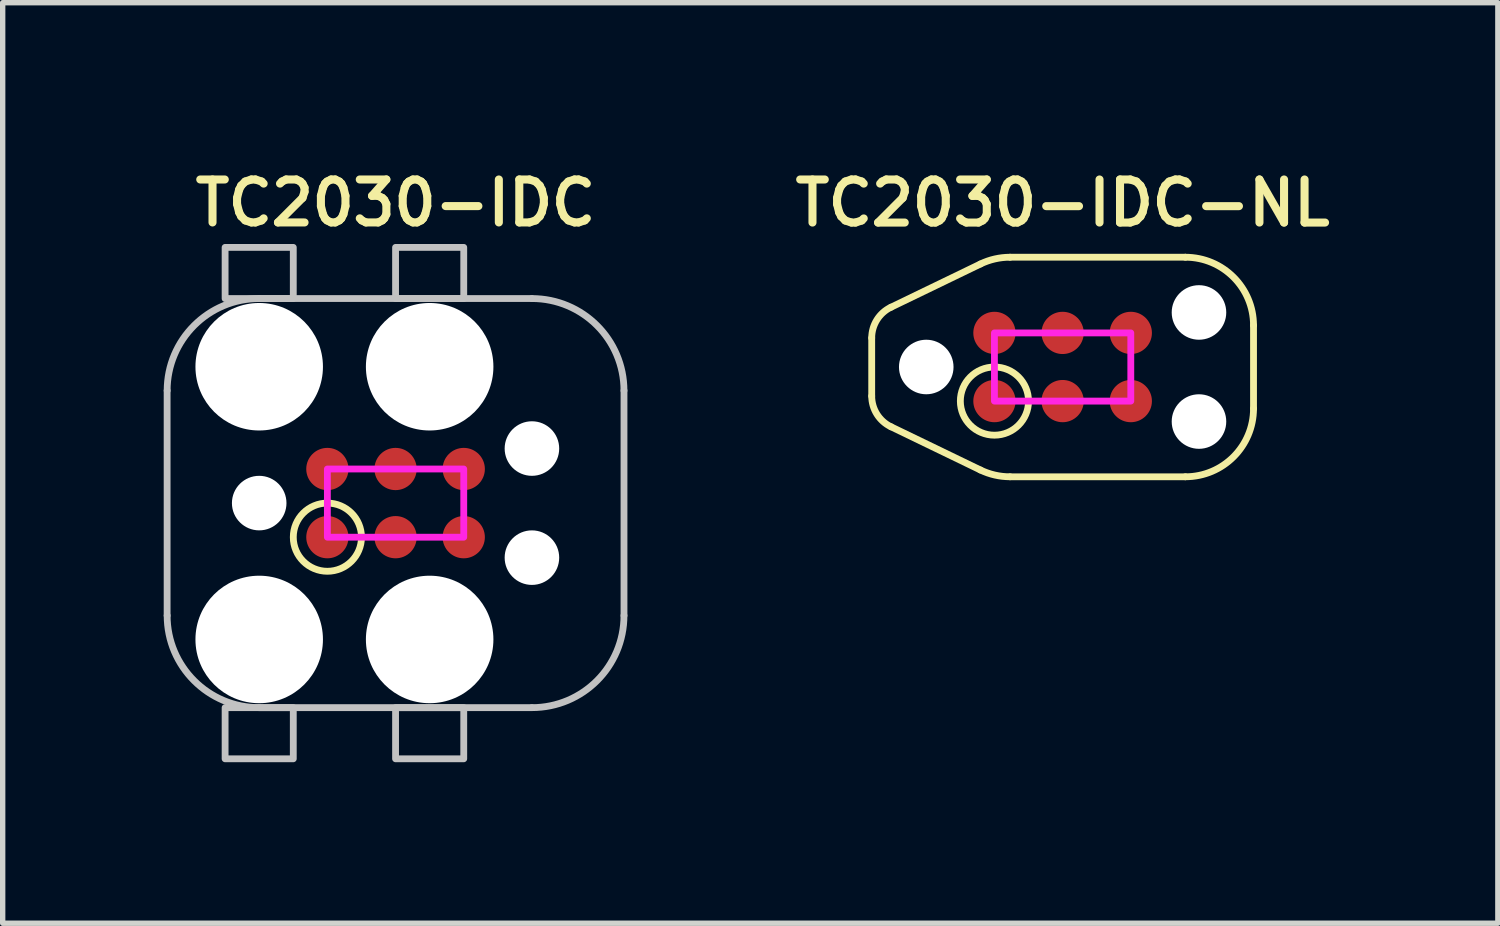
<source format=kicad_pcb>
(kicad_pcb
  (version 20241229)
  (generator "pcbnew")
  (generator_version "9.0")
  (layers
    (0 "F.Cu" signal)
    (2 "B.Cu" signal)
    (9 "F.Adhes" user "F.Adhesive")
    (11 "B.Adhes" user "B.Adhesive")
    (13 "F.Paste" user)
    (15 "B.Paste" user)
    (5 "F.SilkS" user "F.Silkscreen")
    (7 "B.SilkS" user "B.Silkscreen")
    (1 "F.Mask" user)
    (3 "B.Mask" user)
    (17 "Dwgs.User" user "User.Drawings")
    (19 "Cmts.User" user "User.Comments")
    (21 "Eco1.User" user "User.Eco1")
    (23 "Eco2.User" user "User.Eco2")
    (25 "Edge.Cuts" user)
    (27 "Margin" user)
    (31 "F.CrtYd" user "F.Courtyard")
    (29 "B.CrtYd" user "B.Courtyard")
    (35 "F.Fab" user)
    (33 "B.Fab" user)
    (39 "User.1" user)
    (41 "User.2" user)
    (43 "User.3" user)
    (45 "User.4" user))
  (footprint "TC2030-IDC"
    (layer "F.Cu")
    (at 4.318 6.321)
    (property "Reference" "TC2030-IDC" (at 0 -5.59 0) (layer "F.SilkS") (effects (font (size 0.8 0.8) (thickness 0.15))))
    (attr through_hole)
    (fp_circle (center -1.27 0.635) (end -0.635 0.635) (stroke (width 0.127) (type solid)) (fill no) (layer "F.SilkS"))
    (fp_line (start -4.255 2.095) (end -4.255 -2.095) (stroke (width 0.127) (type solid)) (layer "Dwgs.User"))
    (fp_line (start -2.54 -3.81) (end 2.54 -3.81) (stroke (width 0.127) (type solid)) (layer "Dwgs.User"))
    (fp_line (start 2.54 3.81) (end -2.54 3.81) (stroke (width 0.127) (type solid)) (layer "Dwgs.User"))
    (fp_line (start 4.255 -2.095) (end 4.255 2.095) (stroke (width 0.127) (type solid)) (layer "Dwgs.User"))
    (fp_arc (start -4.2545 -2.0955) (mid -3.752335 -3.307835) (end -2.54 -3.81) (stroke (width 0.127) (type solid)) (layer "Dwgs.User"))
    (fp_arc (start -2.54 3.81) (mid -3.752335 3.307835) (end -4.2545 2.0955) (stroke (width 0.127) (type solid)) (layer "Dwgs.User"))
    (fp_arc (start 2.54 -3.81) (mid 3.752335 -3.307835) (end 4.2545 -2.0955) (stroke (width 0.127) (type solid)) (layer "Dwgs.User"))
    (fp_arc (start 4.2545 2.0955) (mid 3.752335 3.307835) (end 2.54 3.81) (stroke (width 0.127) (type solid)) (layer "Dwgs.User"))
    (fp_poly (pts (xy -3.175 3.81) (xy -1.905 3.81) (xy -1.905 4.763) (xy -3.175 4.763)) (stroke (width 0.127) (type solid)) (fill no) (layer "Dwgs.User"))
    (fp_poly (pts (xy -1.905 -3.81) (xy -3.175 -3.81) (xy -3.175 -4.763) (xy -1.905 -4.763)) (stroke (width 0.127) (type solid)) (fill no) (layer "Dwgs.User"))
    (fp_poly (pts (xy 0 -3.81) (xy 1.27 -3.81) (xy 1.27 -4.763) (xy 0 -4.763)) (stroke (width 0.127) (type solid)) (fill no) (layer "Dwgs.User"))
    (fp_poly (pts (xy 0 3.81) (xy 1.27 3.81) (xy 1.27 4.763) (xy 0 4.763)) (stroke (width 0.127) (type solid)) (fill no) (layer "Dwgs.User"))
    (fp_poly (pts (xy -1.27 -0.635) (xy 1.27 -0.635) (xy 1.27 0.635) (xy -1.27 0.635)) (stroke (width 0.127) (type solid)) (fill no) (layer "F.CrtYd"))
    (pad "" np_thru_hole circle (at -2.54 -2.54) (size 2.375 2.375) (drill 2.375) (layers "*.Cu" "*.Mask"))
    (pad "" np_thru_hole circle (at -2.54 0) (size 1.016 1.016) (drill 1.016) (layers "*.Cu" "*.Mask"))
    (pad "" np_thru_hole circle (at -2.54 2.54) (size 2.375 2.375) (drill 2.375) (layers "*.Cu" "*.Mask"))
    (pad "" np_thru_hole circle (at 0.635 -2.54) (size 2.375 2.375) (drill 2.375) (layers "*.Cu" "*.Mask"))
    (pad "" np_thru_hole circle (at 0.635 2.54) (size 2.375 2.375) (drill 2.375) (layers "*.Cu" "*.Mask"))
    (pad "" np_thru_hole circle (at 2.54 -1.016) (size 1.016 1.016) (drill 1.016) (layers "*.Cu" "*.Mask"))
    (pad "" np_thru_hole circle (at 2.54 1.016) (size 1.016 1.016) (drill 1.016) (layers "*.Cu" "*.Mask"))
    (pad "1" smd circle (at -1.27 0.635) (size 0.787 0.787) (layers "F.Cu" "F.Mask"))
    (pad "2" smd circle (at -1.27 -0.635) (size 0.787 0.787) (layers "F.Cu" "F.Mask"))
    (pad "3" smd circle (at 0 0.635) (size 0.787 0.787) (layers "F.Cu" "F.Mask"))
    (pad "4" smd circle (at 0 -0.635) (size 0.787 0.787) (layers "F.Cu" "F.Mask"))
    (pad "5" smd circle (at 1.27 0.635) (size 0.787 0.787) (layers "F.Cu" "F.Mask"))
    (pad "6" smd circle (at 1.27 -0.635) (size 0.787 0.787) (layers "F.Cu" "F.Mask")))
  (footprint "TC2030-IDC-NL"
    (layer "F.Cu")
    (at 16.743 3.786)
    (property "Reference" "TC2030-IDC-NL" (at 0 -3.054 0) (layer "F.SilkS") (effects (font (size 0.802 0.802) (thickness 0.15))))
    (attr through_hole)
    (fp_line (start -3.556 0.541) (end -3.556 -0.541) (stroke (width 0.127) (type solid)) (layer "F.SilkS"))
    (fp_line (start -3.197 -1.113) (end -1.532 -1.918) (stroke (width 0.127) (type solid)) (layer "F.SilkS"))
    (fp_line (start -1.532 1.918) (end -3.197 1.113) (stroke (width 0.127) (type solid)) (layer "F.SilkS"))
    (fp_line (start -0.979 -2.045) (end 2.286 -2.045) (stroke (width 0.127) (type solid)) (layer "F.SilkS"))
    (fp_line (start 2.286 2.045) (end -0.979 2.045) (stroke (width 0.127) (type solid)) (layer "F.SilkS"))
    (fp_line (start 3.556 -0.775) (end 3.556 0.775) (stroke (width 0.127) (type solid)) (layer "F.SilkS"))
    (fp_arc (start -3.556 -0.541434) (mid -3.45891 -0.878893) (end -3.19733 -1.11316) (stroke (width 0.127) (type solid)) (layer "F.SilkS"))
    (fp_arc (start -3.19733 1.113161) (mid -3.458911 0.878894) (end -3.556 0.541434) (stroke (width 0.127) (type solid)) (layer "F.SilkS"))
    (fp_arc (start -1.53184 -1.91814) (mid -1.262662 -2.012655) (end -0.979178 -2.0447) (stroke (width 0.127) (type solid)) (layer "F.SilkS"))
    (fp_arc (start -0.979178 2.0447) (mid -1.262662 2.012655) (end -1.53184 1.91814) (stroke (width 0.127) (type solid)) (layer "F.SilkS"))
    (fp_arc (start 2.286 -2.0447) (mid 3.184026 -1.672726) (end 3.556 -0.7747) (stroke (width 0.127) (type solid)) (layer "F.SilkS"))
    (fp_arc (start 3.556 0.7747) (mid 3.184026 1.672726) (end 2.286 2.0447) (stroke (width 0.127) (type solid)) (layer "F.SilkS"))
    (fp_circle (center -1.27 0.635) (end -0.635 0.635) (stroke (width 0.127) (type solid)) (fill no) (layer "F.SilkS"))
    (fp_poly (pts (xy -1.27 -0.635) (xy 1.27 -0.635) (xy 1.27 0.635) (xy -1.27 0.635)) (stroke (width 0.127) (type solid)) (fill no) (layer "F.CrtYd"))
    (pad "" np_thru_hole circle (at -2.54 0) (size 1.016 1.016) (drill 1.016) (layers "*.Cu" "*.Mask"))
    (pad "" np_thru_hole circle (at 2.54 -1.016) (size 1.016 1.016) (drill 1.016) (layers "*.Cu" "*.Mask"))
    (pad "" np_thru_hole circle (at 2.54 1.016) (size 1.016 1.016) (drill 1.016) (layers "*.Cu" "*.Mask"))
    (pad "1" smd circle (at -1.27 0.635) (size 0.787 0.787) (layers "F.Cu" "F.Mask"))
    (pad "2" smd circle (at -1.27 -0.635) (size 0.787 0.787) (layers "F.Cu" "F.Mask"))
    (pad "3" smd circle (at 0 0.635) (size 0.787 0.787) (layers "F.Cu" "F.Mask"))
    (pad "4" smd circle (at 0 -0.635) (size 0.787 0.787) (layers "F.Cu" "F.Mask"))
    (pad "5" smd circle (at 1.27 0.635) (size 0.787 0.787) (layers "F.Cu" "F.Mask"))
    (pad "6" smd circle (at 1.27 -0.635) (size 0.787 0.787) (layers "F.Cu" "F.Mask")))
  (gr_rect
    (start -3 -3)
    (end 24.85 14.147)
    (stroke (width 0.1) (type default))
    (fill no)
    (layer "Edge.Cuts")))
</source>
